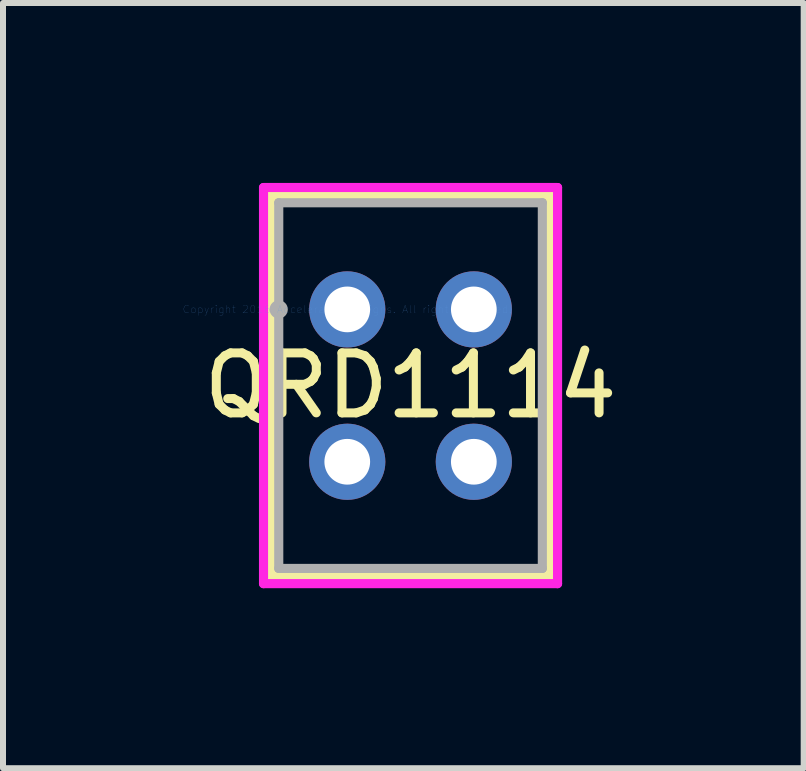
<source format=kicad_pcb>
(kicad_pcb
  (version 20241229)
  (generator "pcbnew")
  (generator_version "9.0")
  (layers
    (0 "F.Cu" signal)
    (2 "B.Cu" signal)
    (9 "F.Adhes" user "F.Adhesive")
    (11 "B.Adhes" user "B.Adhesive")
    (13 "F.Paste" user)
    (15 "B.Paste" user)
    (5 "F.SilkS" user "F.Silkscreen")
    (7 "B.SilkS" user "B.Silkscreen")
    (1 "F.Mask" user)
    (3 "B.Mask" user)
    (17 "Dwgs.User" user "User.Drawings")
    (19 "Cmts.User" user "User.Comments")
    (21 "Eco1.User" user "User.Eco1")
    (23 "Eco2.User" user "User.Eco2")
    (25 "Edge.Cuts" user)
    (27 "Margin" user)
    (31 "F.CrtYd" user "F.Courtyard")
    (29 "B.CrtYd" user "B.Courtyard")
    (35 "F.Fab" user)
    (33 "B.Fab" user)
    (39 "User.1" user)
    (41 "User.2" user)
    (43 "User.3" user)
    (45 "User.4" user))
  (footprint "QRD1114"
    (layer "F.Cu")
    (at 2.739 2.108)
    (property "Reference" "QRD1114" (at 1.055 1.27 0) (layer "F.SilkS") (effects (font (size 1 1) (thickness 0.15))))
    (attr through_hole)
    (fp_line (start -1.269 -1.905) (end -1.269 4.445) (stroke (width 0.152) (type solid)) (layer "F.SilkS"))
    (fp_line (start 3.379 -1.905) (end -1.269 -1.905) (stroke (width 0.152) (type solid)) (layer "F.SilkS"))
    (fp_line (start 3.379 -1.905) (end 3.379 4.445) (stroke (width 0.152) (type solid)) (layer "F.SilkS"))
    (fp_line (start 3.379 4.445) (end -1.269 4.445) (stroke (width 0.152) (type solid)) (layer "F.SilkS"))
    (fp_line (start -1.396 -2.032) (end 3.506 -2.032) (stroke (width 0.152) (type solid)) (layer "F.CrtYd"))
    (fp_line (start -1.396 4.572) (end -1.396 -2.032) (stroke (width 0.152) (type solid)) (layer "F.CrtYd"))
    (fp_line (start 3.506 -2.032) (end 3.506 4.572) (stroke (width 0.152) (type solid)) (layer "F.CrtYd"))
    (fp_line (start 3.506 4.572) (end -1.396 4.572) (stroke (width 0.152) (type solid)) (layer "F.CrtYd"))
    (fp_line (start -1.142 -1.778) (end -1.142 4.318) (stroke (width 0.152) (type solid)) (layer "F.Fab"))
    (fp_line (start 3.252 -1.778) (end -1.142 -1.778) (stroke (width 0.152) (type solid)) (layer "F.Fab"))
    (fp_line (start 3.252 -1.778) (end 3.252 4.318) (stroke (width 0.152) (type solid)) (layer "F.Fab"))
    (fp_line (start 3.252 4.318) (end -1.142 4.318) (stroke (width 0.152) (type solid)) (layer "F.Fab"))
    (fp_circle (center -1.143 0) (end -1.143 0) (stroke (width 0.152) (type solid)) (fill no) (layer "F.Fab"))
    (fp_text user "Copyright 2016 Accelerated Designs. All rights reserved." (at 0 0 0) (layer "Cmts.User") (effects (font (size 0.127 0.127) (thickness 0.002))))
    (pad "1" thru_hole circle (at 0 0) (size 1.27 1.27) (drill 0.762) (layers "*.Cu" "*.Mask"))
    (pad "2" thru_hole circle (at 0 2.54) (size 1.27 1.27) (drill 0.762) (layers "*.Cu" "*.Mask"))
    (pad "3" thru_hole circle (at 2.11 2.54) (size 1.27 1.27) (drill 0.762) (layers "*.Cu" "*.Mask"))
    (pad "4" thru_hole circle (at 2.11 0) (size 1.27 1.27) (drill 0.762) (layers "*.Cu" "*.Mask")))
  (gr_rect
    (start -3 -3)
    (end 10.348 9.756)
    (stroke (width 0.1) (type default))
    (fill no)
    (layer "Edge.Cuts")))
</source>
